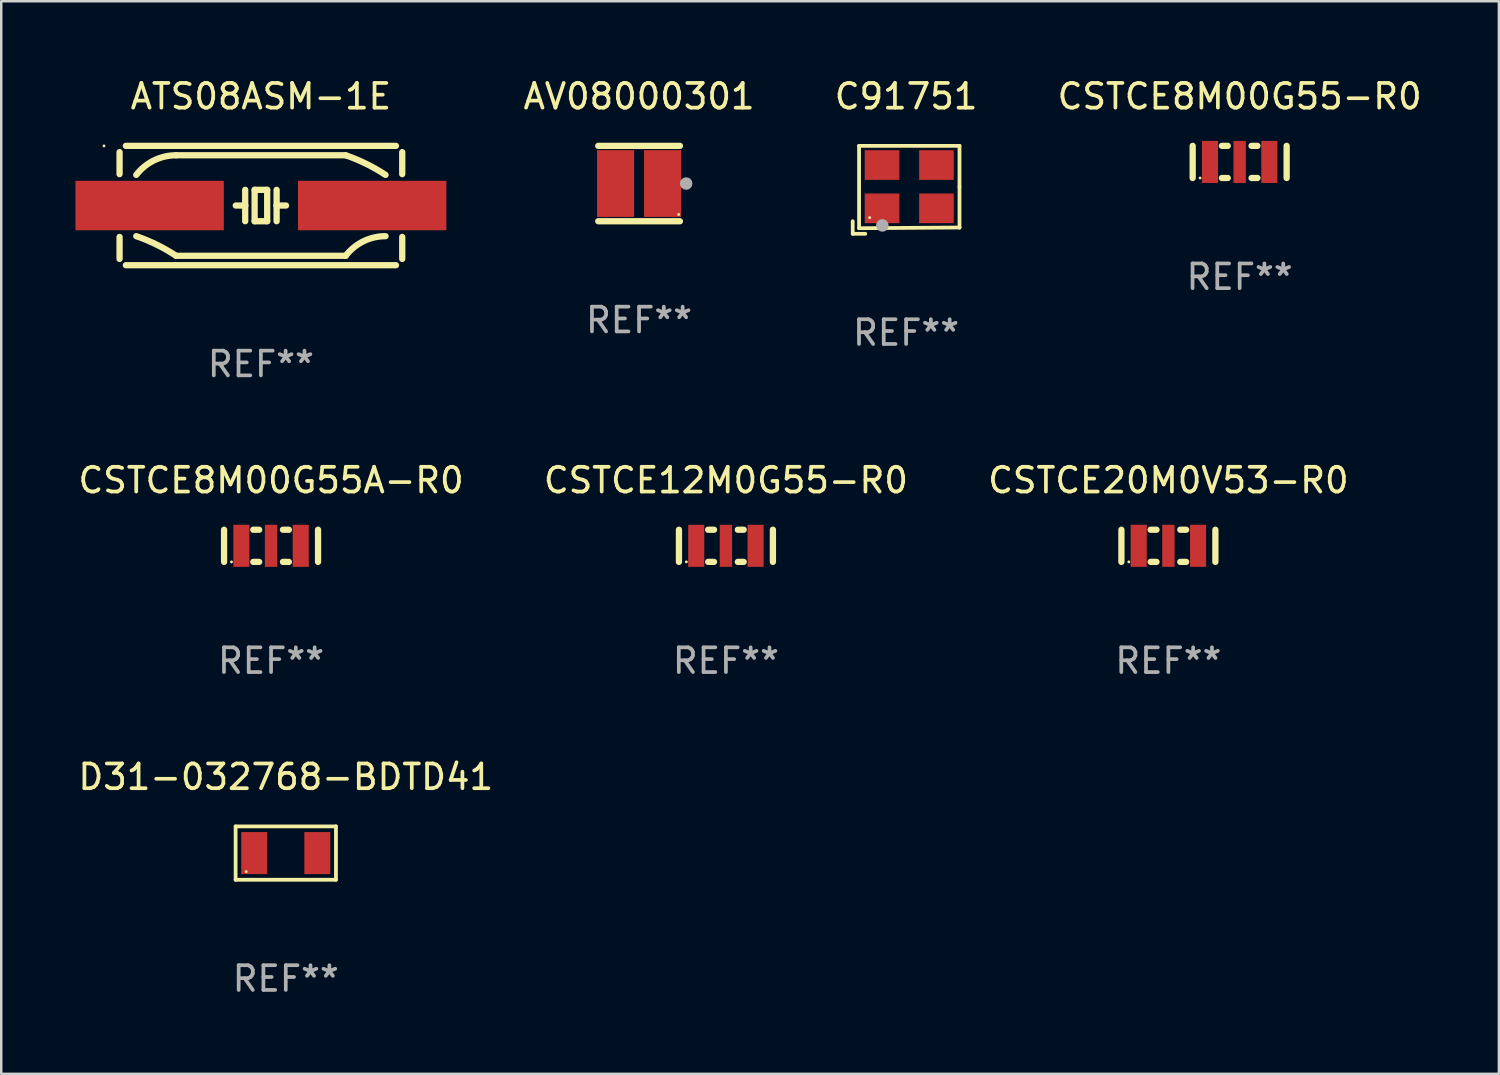
<source format=kicad_pcb>
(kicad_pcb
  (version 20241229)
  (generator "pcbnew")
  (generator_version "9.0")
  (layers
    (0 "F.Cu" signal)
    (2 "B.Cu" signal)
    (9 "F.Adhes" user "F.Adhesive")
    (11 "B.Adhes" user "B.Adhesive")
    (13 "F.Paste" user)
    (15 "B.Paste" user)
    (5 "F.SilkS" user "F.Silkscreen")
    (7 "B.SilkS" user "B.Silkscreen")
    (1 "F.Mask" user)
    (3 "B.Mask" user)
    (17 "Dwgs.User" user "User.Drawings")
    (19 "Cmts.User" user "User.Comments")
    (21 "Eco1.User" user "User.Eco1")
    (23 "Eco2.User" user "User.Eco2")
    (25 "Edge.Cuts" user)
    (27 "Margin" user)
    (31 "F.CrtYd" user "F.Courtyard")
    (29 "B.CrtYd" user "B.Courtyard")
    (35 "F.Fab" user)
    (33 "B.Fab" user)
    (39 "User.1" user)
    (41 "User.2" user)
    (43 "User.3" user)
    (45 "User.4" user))
  (footprint "ATS08ASM-1E"
    (layer "F.Cu")
    (at 7.5 5.261)
    (property "Reference" "ATS08ASM-1E" (at 0 -4.413 0) (layer "F.SilkS") (effects (font (size 1 1) (thickness 0.15))))
    (attr through_hole)
    (fp_line (start -5.715 -2.159) (end -5.715 -1.27) (stroke (width 0.254) (type solid)) (layer "F.SilkS"))
    (fp_line (start -5.715 2.159) (end -5.715 1.27) (stroke (width 0.254) (type solid)) (layer "F.SilkS"))
    (fp_line (start -3.429 -2.032) (end 3.429 -2.032) (stroke (width 0.254) (type solid)) (layer "F.SilkS"))
    (fp_line (start -0.635 -0.635) (end -0.635 0) (stroke (width 0.254) (type solid)) (layer "F.SilkS"))
    (fp_line (start -0.635 0) (end -1.016 0) (stroke (width 0.254) (type solid)) (layer "F.SilkS"))
    (fp_line (start -0.635 0) (end -0.635 0.635) (stroke (width 0.254) (type solid)) (layer "F.SilkS"))
    (fp_line (start -0.254 -0.635) (end -0.254 0.635) (stroke (width 0.254) (type solid)) (layer "F.SilkS"))
    (fp_line (start -0.254 0.635) (end 0.254 0.635) (stroke (width 0.254) (type solid)) (layer "F.SilkS"))
    (fp_line (start 0.254 -0.635) (end -0.254 -0.635) (stroke (width 0.254) (type solid)) (layer "F.SilkS"))
    (fp_line (start 0.254 0.635) (end 0.254 -0.635) (stroke (width 0.254) (type solid)) (layer "F.SilkS"))
    (fp_line (start 0.635 -0.635) (end 0.635 0) (stroke (width 0.254) (type solid)) (layer "F.SilkS"))
    (fp_line (start 0.635 0) (end 0.635 0.635) (stroke (width 0.254) (type solid)) (layer "F.SilkS"))
    (fp_line (start 0.635 0) (end 1.016 0) (stroke (width 0.254) (type solid)) (layer "F.SilkS"))
    (fp_line (start 3.429 2.032) (end -3.429 2.032) (stroke (width 0.254) (type solid)) (layer "F.SilkS"))
    (fp_line (start 5.461 -2.413) (end -5.461 -2.413) (stroke (width 0.254) (type solid)) (layer "F.SilkS"))
    (fp_line (start 5.461 2.413) (end -5.461 2.413) (stroke (width 0.254) (type solid)) (layer "F.SilkS"))
    (fp_line (start 5.715 -2.159) (end 5.715 -1.27) (stroke (width 0.254) (type solid)) (layer "F.SilkS"))
    (fp_line (start 5.715 2.159) (end 5.715 1.27) (stroke (width 0.254) (type solid)) (layer "F.SilkS"))
    (fp_arc (start -5.039649 -1.238964) (mid -4.326674 -1.823064) (end -3.429007 -2.032105) (stroke (width 0.254001) (type solid)) (layer "F.SilkS"))
    (fp_arc (start -5.039649 1.238964) (mid -4.209364 1.584785) (end -3.429006 2.032005) (stroke (width 0.254001) (type solid)) (layer "F.SilkS"))
    (fp_arc (start 3.429007 -2.032004) (mid 4.259292 -1.686184) (end 5.03965 -1.238964) (stroke (width 0.254001) (type solid)) (layer "F.SilkS"))
    (fp_arc (start 3.429007 2.032004) (mid 4.141933 1.447919) (end 5.039548 1.238862) (stroke (width 0.254001) (type solid)) (layer "F.SilkS"))
    (fp_circle (center -6.345 -2.41) (end -6.315 -2.41) (stroke (width 0.06) (type solid)) (fill no) (layer "F.SilkS"))
    (fp_text user "REF**" (at 0 6.413 0) (layer "F.Fab") (effects (font (size 1 1) (thickness 0.15))))
    (pad "1" smd rect (at -4.5 0) (size 6 2) (layers "F.Cu" "F.Mask" "F.Paste"))
    (pad "2" smd rect (at 4.5 0) (size 6 2) (layers "F.Cu" "F.Mask" "F.Paste")))
  (footprint "CSTCE20M0V53-R0"
    (layer "F.Cu")
    (at 44.196 19.021)
    (property "Reference" "CSTCE20M0V53-R0" (at 0 -2.65 0) (layer "F.SilkS") (effects (font (size 1 1) (thickness 0.15))))
    (attr through_hole)
    (fp_line (start -1.9 -0.65) (end -1.9 0.65) (stroke (width 0.254) (type solid)) (layer "F.SilkS"))
    (fp_line (start -0.718 -0.65) (end -0.481 -0.65) (stroke (width 0.254) (type solid)) (layer "F.SilkS"))
    (fp_line (start -0.718 0.65) (end -0.481 0.65) (stroke (width 0.254) (type solid)) (layer "F.SilkS"))
    (fp_line (start 0.481 -0.65) (end 0.718 -0.65) (stroke (width 0.254) (type solid)) (layer "F.SilkS"))
    (fp_line (start 0.481 0.65) (end 0.718 0.65) (stroke (width 0.254) (type solid)) (layer "F.SilkS"))
    (fp_line (start 1.9 0.65) (end 1.9 -0.65) (stroke (width 0.254) (type solid)) (layer "F.SilkS"))
    (fp_circle (center -1.6 0.65) (end -1.57 0.65) (stroke (width 0.06) (type solid)) (fill no) (layer "F.SilkS"))
    (fp_text user "REF**" (at 0 4.65 0) (layer "F.Fab") (effects (font (size 1 1) (thickness 0.15))))
    (pad "1" smd rect (at -1.2 0) (size 0.65 1.7) (layers "F.Cu" "F.Mask" "F.Paste"))
    (pad "2" smd rect (at 0 0) (size 0.5 1.7) (layers "F.Cu" "F.Mask" "F.Paste"))
    (pad "3" smd rect (at 1.2 0) (size 0.65 1.7) (layers "F.Cu" "F.Mask" "F.Paste")))
  (footprint "AV08000301"
    (layer "F.Cu")
    (at 22.792 4.372)
    (property "Reference" "AV08000301" (at 0 -3.524 0) (layer "F.SilkS") (effects (font (size 1 1) (thickness 0.15))))
    (attr through_hole)
    (fp_line (start 1.651 -1.524) (end -1.651 -1.524) (stroke (width 0.254) (type solid)) (layer "F.SilkS"))
    (fp_line (start 1.651 1.524) (end -1.651 1.524) (stroke (width 0.254) (type solid)) (layer "F.SilkS"))
    (fp_circle (center 1.601 1.25) (end 1.631 1.25) (stroke (width 0.06) (type solid)) (fill no) (layer "F.SilkS"))
    (fp_circle (center 1.905 0) (end 2.032 0) (stroke (width 0.254) (type solid)) (fill no) (layer "F.Fab"))
    (fp_text user "REF**" (at 0 5.524 0) (layer "F.Fab") (effects (font (size 1 1) (thickness 0.15))))
    (pad "1" smd rect (at 0.95 0) (size 1.5 2.7) (layers "F.Cu" "F.Mask" "F.Paste"))
    (pad "2" smd rect (at -0.95 0) (size 1.5 2.7) (layers "F.Cu" "F.Mask" "F.Paste")))
  (footprint "D31-032768-BDTD41"
    (layer "F.Cu")
    (at 8.506 31.446)
    (property "Reference" "D31-032768-BDTD41" (at 0 -3.079 0) (layer "F.SilkS") (effects (font (size 1 1) (thickness 0.15))))
    (attr through_hole)
    (fp_line (start -2.029 -1.079) (end 2.029 -1.079) (stroke (width 0.152) (type solid)) (layer "F.SilkS"))
    (fp_line (start -2.029 1.079) (end -2.029 -1.079) (stroke (width 0.152) (type solid)) (layer "F.SilkS"))
    (fp_line (start 2.029 -1.079) (end 2.029 1.079) (stroke (width 0.152) (type solid)) (layer "F.SilkS"))
    (fp_line (start 2.029 1.079) (end -2.029 1.079) (stroke (width 0.152) (type solid)) (layer "F.SilkS"))
    (fp_circle (center -1.6 0.75) (end -1.57 0.75) (stroke (width 0.06) (type solid)) (fill no) (layer "F.SilkS"))
    (fp_text user "REF**" (at 0 5.079 0) (layer "F.Fab") (effects (font (size 1 1) (thickness 0.15))))
    (pad "1" smd rect (at -1.275 0) (size 1.05 1.7) (layers "F.Cu" "F.Mask" "F.Paste"))
    (pad "2" smd rect (at 1.275 0) (size 1.05 1.7) (layers "F.Cu" "F.Mask" "F.Paste")))
  (footprint "CSTCE12M0G55-R0"
    (layer "F.Cu")
    (at 26.304 19.021)
    (property "Reference" "CSTCE12M0G55-R0" (at 0 -2.65 0) (layer "F.SilkS") (effects (font (size 1 1) (thickness 0.15))))
    (attr through_hole)
    (fp_line (start -1.9 -0.65) (end -1.9 0.65) (stroke (width 0.254) (type solid)) (layer "F.SilkS"))
    (fp_line (start -0.718 -0.65) (end -0.481 -0.65) (stroke (width 0.254) (type solid)) (layer "F.SilkS"))
    (fp_line (start -0.718 0.65) (end -0.481 0.65) (stroke (width 0.254) (type solid)) (layer "F.SilkS"))
    (fp_line (start 0.481 -0.65) (end 0.718 -0.65) (stroke (width 0.254) (type solid)) (layer "F.SilkS"))
    (fp_line (start 0.481 0.65) (end 0.718 0.65) (stroke (width 0.254) (type solid)) (layer "F.SilkS"))
    (fp_line (start 1.9 0.65) (end 1.9 -0.65) (stroke (width 0.254) (type solid)) (layer "F.SilkS"))
    (fp_circle (center -1.6 0.65) (end -1.57 0.65) (stroke (width 0.06) (type solid)) (fill no) (layer "F.SilkS"))
    (fp_text user "REF**" (at 0 4.65 0) (layer "F.Fab") (effects (font (size 1 1) (thickness 0.15))))
    (pad "1" smd rect (at -1.2 0) (size 0.65 1.7) (layers "F.Cu" "F.Mask" "F.Paste"))
    (pad "2" smd rect (at 0 0) (size 0.5 1.7) (layers "F.Cu" "F.Mask" "F.Paste"))
    (pad "3" smd rect (at 1.2 0) (size 0.65 1.7) (layers "F.Cu" "F.Mask" "F.Paste")))
  (footprint "CSTCE8M00G55-R0"
    (layer "F.Cu")
    (at 47.078 3.498)
    (property "Reference" "CSTCE8M00G55-R0" (at 0 -2.65 0) (layer "F.SilkS") (effects (font (size 1 1) (thickness 0.15))))
    (attr through_hole)
    (fp_line (start -1.9 -0.65) (end -1.9 0.65) (stroke (width 0.254) (type solid)) (layer "F.SilkS"))
    (fp_line (start -0.718 -0.65) (end -0.481 -0.65) (stroke (width 0.254) (type solid)) (layer "F.SilkS"))
    (fp_line (start -0.718 0.65) (end -0.481 0.65) (stroke (width 0.254) (type solid)) (layer "F.SilkS"))
    (fp_line (start 0.481 -0.65) (end 0.718 -0.65) (stroke (width 0.254) (type solid)) (layer "F.SilkS"))
    (fp_line (start 0.481 0.65) (end 0.718 0.65) (stroke (width 0.254) (type solid)) (layer "F.SilkS"))
    (fp_line (start 1.9 0.65) (end 1.9 -0.65) (stroke (width 0.254) (type solid)) (layer "F.SilkS"))
    (fp_circle (center -1.6 0.65) (end -1.57 0.65) (stroke (width 0.06) (type solid)) (fill no) (layer "F.SilkS"))
    (fp_text user "REF**" (at 0 4.65 0) (layer "F.Fab") (effects (font (size 1 1) (thickness 0.15))))
    (pad "1" smd rect (at -1.2 0) (size 0.65 1.7) (layers "F.Cu" "F.Mask" "F.Paste"))
    (pad "2" smd rect (at 0 0) (size 0.5 1.7) (layers "F.Cu" "F.Mask" "F.Paste"))
    (pad "3" smd rect (at 1.2 0) (size 0.65 1.7) (layers "F.Cu" "F.Mask" "F.Paste")))
  (footprint "C91751"
    (layer "F.Cu")
    (at 33.59 4.626)
    (property "Reference" "C91751" (at 0 -3.778 0) (layer "F.SilkS") (effects (font (size 1 1) (thickness 0.15))))
    (attr through_hole)
    (fp_line (start -2.159 1.27) (end -2.159 1.778) (stroke (width 0.152) (type solid)) (layer "F.SilkS"))
    (fp_line (start -2.159 1.778) (end -1.651 1.778) (stroke (width 0.152) (type solid)) (layer "F.SilkS"))
    (fp_line (start -1.902 -1.778) (end 2.159 -1.778) (stroke (width 0.152) (type solid)) (layer "F.SilkS"))
    (fp_line (start -1.902 1.552) (end -1.902 -1.778) (stroke (width 0.152) (type solid)) (layer "F.SilkS"))
    (fp_line (start 2.159 -1.778) (end 2.159 -0.127) (stroke (width 0.152) (type solid)) (layer "F.SilkS"))
    (fp_line (start 2.159 -0.127) (end 2.159 1.524) (stroke (width 0.152) (type solid)) (layer "F.SilkS"))
    (fp_line (start 2.159 1.524) (end -1.902 1.552) (stroke (width 0.152) (type solid)) (layer "F.SilkS"))
    (fp_line (start 2.159 1.524) (end 2.159 1.524) (stroke (width 0.152) (type solid)) (layer "F.SilkS"))
    (fp_circle (center -1.473 1.123) (end -1.443 1.123) (stroke (width 0.06) (type solid)) (fill no) (layer "F.SilkS"))
    (fp_circle (center -0.961 1.44) (end -0.834 1.44) (stroke (width 0.254) (type solid)) (fill no) (layer "F.Fab"))
    (fp_text user "REF**" (at 0 5.778 0) (layer "F.Fab") (effects (font (size 1 1) (thickness 0.15))))
    (pad "1" smd rect (at -0.973 0.748) (size 1.4 1.2) (layers "F.Cu" "F.Mask" "F.Paste"))
    (pad "2" smd rect (at 1.227 0.748) (size 1.4 1.2) (layers "F.Cu" "F.Mask" "F.Paste"))
    (pad "3" smd rect (at 1.227 -1.002) (size 1.4 1.2) (layers "F.Cu" "F.Mask" "F.Paste"))
    (pad "4" smd rect (at -0.973 -1.002) (size 1.4 1.2) (layers "F.Cu" "F.Mask" "F.Paste")))
  (footprint "CSTCE8M00G55A-R0"
    (layer "F.Cu")
    (at 7.911 19.021)
    (property "Reference" "CSTCE8M00G55A-R0" (at 0 -2.65 0) (layer "F.SilkS") (effects (font (size 1 1) (thickness 0.15))))
    (attr through_hole)
    (fp_line (start -1.9 -0.65) (end -1.9 0.65) (stroke (width 0.254) (type solid)) (layer "F.SilkS"))
    (fp_line (start -0.718 -0.65) (end -0.481 -0.65) (stroke (width 0.254) (type solid)) (layer "F.SilkS"))
    (fp_line (start -0.718 0.65) (end -0.481 0.65) (stroke (width 0.254) (type solid)) (layer "F.SilkS"))
    (fp_line (start 0.481 -0.65) (end 0.718 -0.65) (stroke (width 0.254) (type solid)) (layer "F.SilkS"))
    (fp_line (start 0.481 0.65) (end 0.718 0.65) (stroke (width 0.254) (type solid)) (layer "F.SilkS"))
    (fp_line (start 1.9 0.65) (end 1.9 -0.65) (stroke (width 0.254) (type solid)) (layer "F.SilkS"))
    (fp_circle (center -1.6 0.65) (end -1.57 0.65) (stroke (width 0.06) (type solid)) (fill no) (layer "F.SilkS"))
    (fp_text user "REF**" (at 0 4.65 0) (layer "F.Fab") (effects (font (size 1 1) (thickness 0.15))))
    (pad "1" smd rect (at -1.2 0) (size 0.65 1.7) (layers "F.Cu" "F.Mask" "F.Paste"))
    (pad "2" smd rect (at 0 0) (size 0.5 1.7) (layers "F.Cu" "F.Mask" "F.Paste"))
    (pad "3" smd rect (at 1.2 0) (size 0.65 1.7) (layers "F.Cu" "F.Mask" "F.Paste")))
  (gr_rect
    (start -3 -3)
    (end 57.56 40.373)
    (stroke (width 0.1) (type default))
    (fill no)
    (layer "Edge.Cuts")))
</source>
